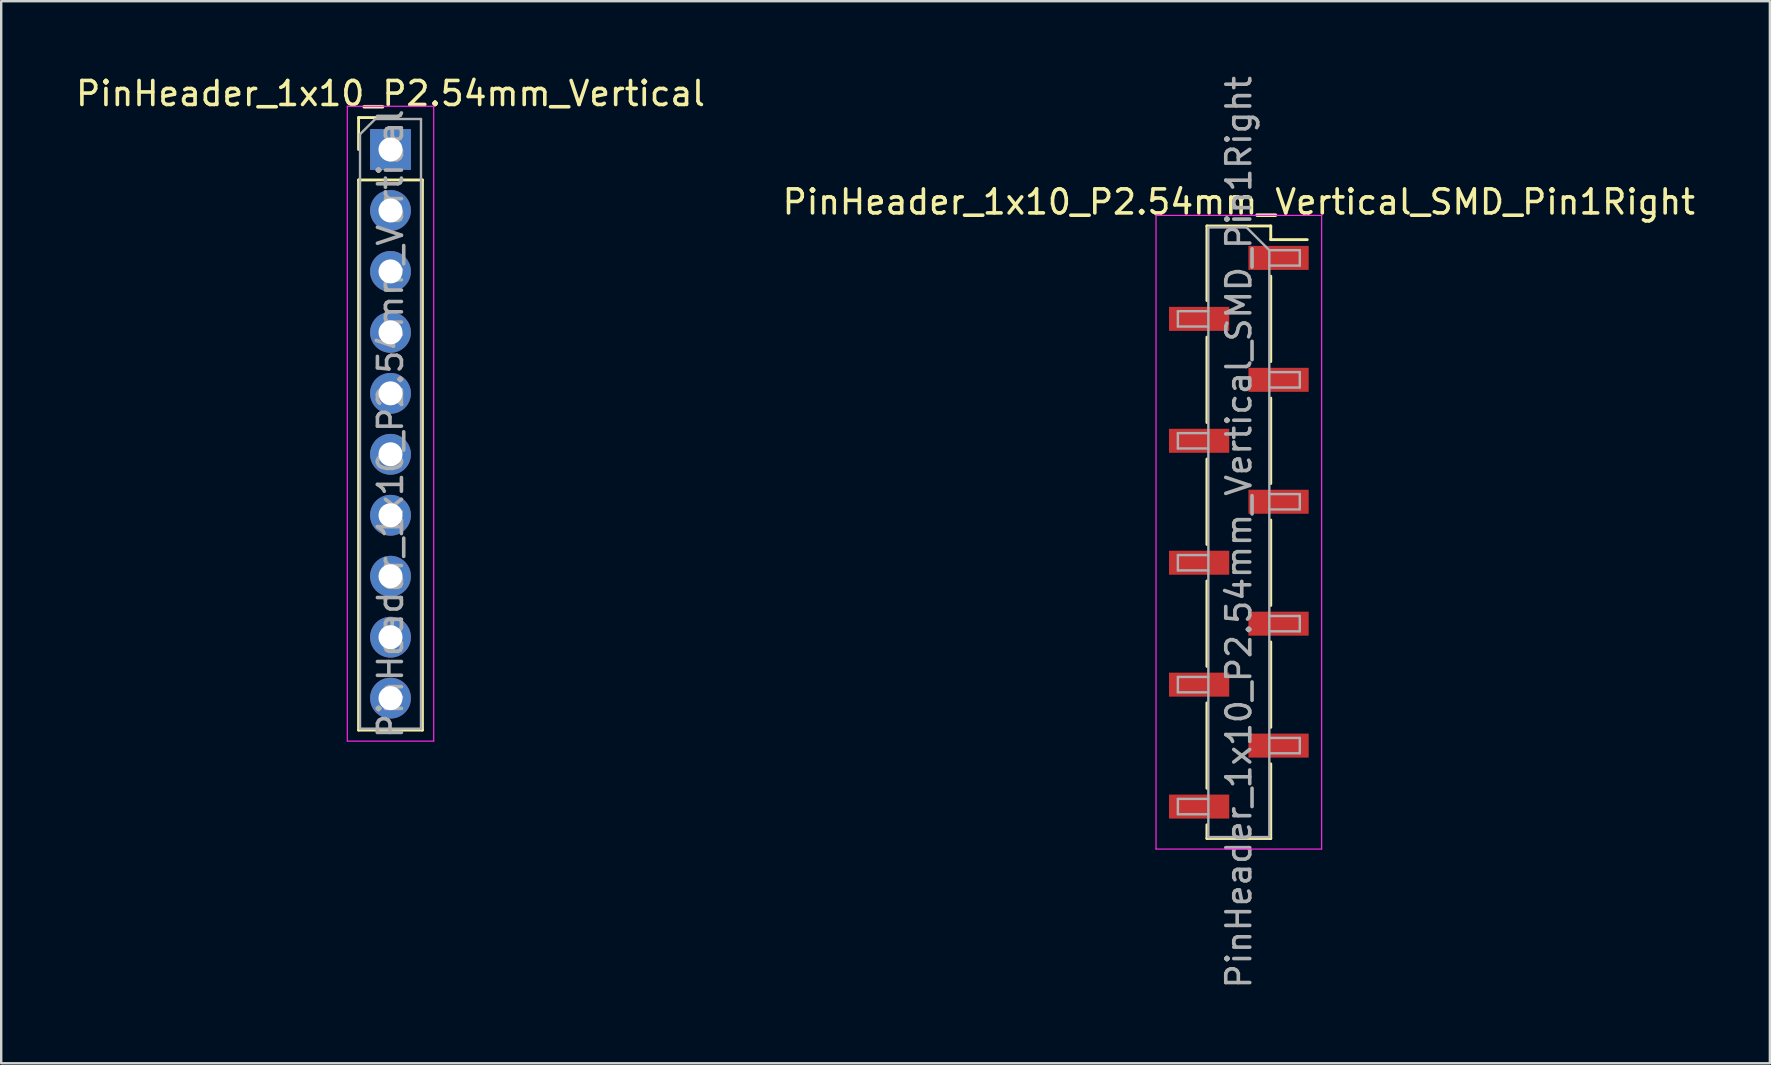
<source format=kicad_pcb>
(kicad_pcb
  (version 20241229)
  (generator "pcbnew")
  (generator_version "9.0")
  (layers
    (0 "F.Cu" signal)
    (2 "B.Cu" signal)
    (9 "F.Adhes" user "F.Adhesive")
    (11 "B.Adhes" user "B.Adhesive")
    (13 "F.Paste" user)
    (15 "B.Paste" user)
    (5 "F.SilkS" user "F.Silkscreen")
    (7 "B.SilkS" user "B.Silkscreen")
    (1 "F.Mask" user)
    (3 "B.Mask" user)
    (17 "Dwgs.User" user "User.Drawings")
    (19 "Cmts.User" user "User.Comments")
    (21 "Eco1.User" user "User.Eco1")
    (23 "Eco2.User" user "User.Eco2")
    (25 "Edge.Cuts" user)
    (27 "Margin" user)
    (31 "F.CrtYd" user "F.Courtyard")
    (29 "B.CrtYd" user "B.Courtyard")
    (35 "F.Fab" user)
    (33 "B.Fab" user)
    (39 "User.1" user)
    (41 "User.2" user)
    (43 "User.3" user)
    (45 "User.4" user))
  (footprint "PinHeader_1x10_P2.54mm_Vertical_SMD_Pin1Right"
    (layer "F.Cu")
    (at 48.565 19.125)
    (property "Reference" "PinHeader_1x10_P2.54mm_Vertical_SMD_Pin1Right" (at 0 -13.76 0) (layer "F.SilkS") (effects (font (size 1 1) (thickness 0.15))))
    (attr smd)
    (fp_line (start -1.33 -12.76) (end -1.33 -9.65) (stroke (width 0.12) (type solid)) (layer "F.SilkS"))
    (fp_line (start -1.33 -12.76) (end 1.33 -12.76) (stroke (width 0.12) (type solid)) (layer "F.SilkS"))
    (fp_line (start -1.33 -8.13) (end -1.33 -4.57) (stroke (width 0.12) (type solid)) (layer "F.SilkS"))
    (fp_line (start -1.33 -3.05) (end -1.33 0.51) (stroke (width 0.12) (type solid)) (layer "F.SilkS"))
    (fp_line (start -1.33 2.03) (end -1.33 5.59) (stroke (width 0.12) (type solid)) (layer "F.SilkS"))
    (fp_line (start -1.33 7.11) (end -1.33 10.67) (stroke (width 0.12) (type solid)) (layer "F.SilkS"))
    (fp_line (start -1.33 12.19) (end -1.33 12.76) (stroke (width 0.12) (type solid)) (layer "F.SilkS"))
    (fp_line (start -1.33 12.76) (end 1.33 12.76) (stroke (width 0.12) (type solid)) (layer "F.SilkS"))
    (fp_line (start 1.33 -12.76) (end 1.33 -12.19) (stroke (width 0.12) (type solid)) (layer "F.SilkS"))
    (fp_line (start 1.33 -12.19) (end 2.85 -12.19) (stroke (width 0.12) (type solid)) (layer "F.SilkS"))
    (fp_line (start 1.33 -10.67) (end 1.33 -7.11) (stroke (width 0.12) (type solid)) (layer "F.SilkS"))
    (fp_line (start 1.33 -5.59) (end 1.33 -2.03) (stroke (width 0.12) (type solid)) (layer "F.SilkS"))
    (fp_line (start 1.33 -0.51) (end 1.33 3.05) (stroke (width 0.12) (type solid)) (layer "F.SilkS"))
    (fp_line (start 1.33 4.57) (end 1.33 8.13) (stroke (width 0.12) (type solid)) (layer "F.SilkS"))
    (fp_line (start 1.33 9.65) (end 1.33 12.76) (stroke (width 0.12) (type solid)) (layer "F.SilkS"))
    (fp_line (start -3.45 -13.2) (end -3.45 13.2) (stroke (width 0.05) (type solid)) (layer "F.CrtYd"))
    (fp_line (start -3.45 13.2) (end 3.45 13.2) (stroke (width 0.05) (type solid)) (layer "F.CrtYd"))
    (fp_line (start 3.45 -13.2) (end -3.45 -13.2) (stroke (width 0.05) (type solid)) (layer "F.CrtYd"))
    (fp_line (start 3.45 13.2) (end 3.45 -13.2) (stroke (width 0.05) (type solid)) (layer "F.CrtYd"))
    (fp_line (start -2.54 -9.21) (end -2.54 -8.57) (stroke (width 0.1) (type solid)) (layer "F.Fab"))
    (fp_line (start -2.54 -8.57) (end -1.27 -8.57) (stroke (width 0.1) (type solid)) (layer "F.Fab"))
    (fp_line (start -2.54 -4.13) (end -2.54 -3.49) (stroke (width 0.1) (type solid)) (layer "F.Fab"))
    (fp_line (start -2.54 -3.49) (end -1.27 -3.49) (stroke (width 0.1) (type solid)) (layer "F.Fab"))
    (fp_line (start -2.54 0.95) (end -2.54 1.59) (stroke (width 0.1) (type solid)) (layer "F.Fab"))
    (fp_line (start -2.54 1.59) (end -1.27 1.59) (stroke (width 0.1) (type solid)) (layer "F.Fab"))
    (fp_line (start -2.54 6.03) (end -2.54 6.67) (stroke (width 0.1) (type solid)) (layer "F.Fab"))
    (fp_line (start -2.54 6.67) (end -1.27 6.67) (stroke (width 0.1) (type solid)) (layer "F.Fab"))
    (fp_line (start -2.54 11.11) (end -2.54 11.75) (stroke (width 0.1) (type solid)) (layer "F.Fab"))
    (fp_line (start -2.54 11.75) (end -1.27 11.75) (stroke (width 0.1) (type solid)) (layer "F.Fab"))
    (fp_line (start -1.27 -12.7) (end -1.27 12.7) (stroke (width 0.1) (type solid)) (layer "F.Fab"))
    (fp_line (start -1.27 -12.7) (end 0.32 -12.7) (stroke (width 0.1) (type solid)) (layer "F.Fab"))
    (fp_line (start -1.27 -9.21) (end -2.54 -9.21) (stroke (width 0.1) (type solid)) (layer "F.Fab"))
    (fp_line (start -1.27 -4.13) (end -2.54 -4.13) (stroke (width 0.1) (type solid)) (layer "F.Fab"))
    (fp_line (start -1.27 0.95) (end -2.54 0.95) (stroke (width 0.1) (type solid)) (layer "F.Fab"))
    (fp_line (start -1.27 6.03) (end -2.54 6.03) (stroke (width 0.1) (type solid)) (layer "F.Fab"))
    (fp_line (start -1.27 11.11) (end -2.54 11.11) (stroke (width 0.1) (type solid)) (layer "F.Fab"))
    (fp_line (start 1.27 -11.75) (end 0.32 -12.7) (stroke (width 0.1) (type solid)) (layer "F.Fab"))
    (fp_line (start 1.27 -11.75) (end 2.54 -11.75) (stroke (width 0.1) (type solid)) (layer "F.Fab"))
    (fp_line (start 1.27 -6.67) (end 2.54 -6.67) (stroke (width 0.1) (type solid)) (layer "F.Fab"))
    (fp_line (start 1.27 -1.59) (end 2.54 -1.59) (stroke (width 0.1) (type solid)) (layer "F.Fab"))
    (fp_line (start 1.27 3.49) (end 2.54 3.49) (stroke (width 0.1) (type solid)) (layer "F.Fab"))
    (fp_line (start 1.27 8.57) (end 2.54 8.57) (stroke (width 0.1) (type solid)) (layer "F.Fab"))
    (fp_line (start 1.27 12.7) (end -1.27 12.7) (stroke (width 0.1) (type solid)) (layer "F.Fab"))
    (fp_line (start 1.27 12.7) (end 1.27 -11.75) (stroke (width 0.1) (type solid)) (layer "F.Fab"))
    (fp_line (start 2.54 -11.75) (end 2.54 -11.11) (stroke (width 0.1) (type solid)) (layer "F.Fab"))
    (fp_line (start 2.54 -11.11) (end 1.27 -11.11) (stroke (width 0.1) (type solid)) (layer "F.Fab"))
    (fp_line (start 2.54 -6.67) (end 2.54 -6.03) (stroke (width 0.1) (type solid)) (layer "F.Fab"))
    (fp_line (start 2.54 -6.03) (end 1.27 -6.03) (stroke (width 0.1) (type solid)) (layer "F.Fab"))
    (fp_line (start 2.54 -1.59) (end 2.54 -0.95) (stroke (width 0.1) (type solid)) (layer "F.Fab"))
    (fp_line (start 2.54 -0.95) (end 1.27 -0.95) (stroke (width 0.1) (type solid)) (layer "F.Fab"))
    (fp_line (start 2.54 3.49) (end 2.54 4.13) (stroke (width 0.1) (type solid)) (layer "F.Fab"))
    (fp_line (start 2.54 4.13) (end 1.27 4.13) (stroke (width 0.1) (type solid)) (layer "F.Fab"))
    (fp_line (start 2.54 8.57) (end 2.54 9.21) (stroke (width 0.1) (type solid)) (layer "F.Fab"))
    (fp_line (start 2.54 9.21) (end 1.27 9.21) (stroke (width 0.1) (type solid)) (layer "F.Fab"))
    (fp_text user "${REFERENCE}" (at 0 0 90) (layer "F.Fab") (effects (font (size 1 1) (thickness 0.15))))
    (pad "1" smd rect (at 1.655 -11.43) (size 2.51 1) (layers "F.Cu" "F.Mask" "F.Paste"))
    (pad "2" smd rect (at -1.655 -8.89) (size 2.51 1) (layers "F.Cu" "F.Mask" "F.Paste"))
    (pad "3" smd rect (at 1.655 -6.35) (size 2.51 1) (layers "F.Cu" "F.Mask" "F.Paste"))
    (pad "4" smd rect (at -1.655 -3.81) (size 2.51 1) (layers "F.Cu" "F.Mask" "F.Paste"))
    (pad "5" smd rect (at 1.655 -1.27) (size 2.51 1) (layers "F.Cu" "F.Mask" "F.Paste"))
    (pad "6" smd rect (at -1.655 1.27) (size 2.51 1) (layers "F.Cu" "F.Mask" "F.Paste"))
    (pad "7" smd rect (at 1.655 3.81) (size 2.51 1) (layers "F.Cu" "F.Mask" "F.Paste"))
    (pad "8" smd rect (at -1.655 6.35) (size 2.51 1) (layers "F.Cu" "F.Mask" "F.Paste"))
    (pad "9" smd rect (at 1.655 8.89) (size 2.51 1) (layers "F.Cu" "F.Mask" "F.Paste"))
    (pad "10" smd rect (at -1.655 11.43) (size 2.51 1) (layers "F.Cu" "F.Mask" "F.Paste")))
  (footprint "PinHeader_1x10_P2.54mm_Vertical"
    (layer "F.Cu")
    (at 13.22 3.178)
    (property "Reference" "PinHeader_1x10_P2.54mm_Vertical" (at 0 -2.33 0) (layer "F.SilkS") (effects (font (size 1 1) (thickness 0.15))))
    (attr through_hole)
    (fp_line (start -1.33 -1.33) (end 0 -1.33) (stroke (width 0.12) (type solid)) (layer "F.SilkS"))
    (fp_line (start -1.33 0) (end -1.33 -1.33) (stroke (width 0.12) (type solid)) (layer "F.SilkS"))
    (fp_line (start -1.33 1.27) (end -1.33 24.19) (stroke (width 0.12) (type solid)) (layer "F.SilkS"))
    (fp_line (start -1.33 1.27) (end 1.33 1.27) (stroke (width 0.12) (type solid)) (layer "F.SilkS"))
    (fp_line (start -1.33 24.19) (end 1.33 24.19) (stroke (width 0.12) (type solid)) (layer "F.SilkS"))
    (fp_line (start 1.33 1.27) (end 1.33 24.19) (stroke (width 0.12) (type solid)) (layer "F.SilkS"))
    (fp_line (start -1.8 -1.8) (end -1.8 24.65) (stroke (width 0.05) (type solid)) (layer "F.CrtYd"))
    (fp_line (start -1.8 24.65) (end 1.8 24.65) (stroke (width 0.05) (type solid)) (layer "F.CrtYd"))
    (fp_line (start 1.8 -1.8) (end -1.8 -1.8) (stroke (width 0.05) (type solid)) (layer "F.CrtYd"))
    (fp_line (start 1.8 24.65) (end 1.8 -1.8) (stroke (width 0.05) (type solid)) (layer "F.CrtYd"))
    (fp_line (start -1.27 -0.635) (end -0.635 -1.27) (stroke (width 0.1) (type solid)) (layer "F.Fab"))
    (fp_line (start -1.27 24.13) (end -1.27 -0.635) (stroke (width 0.1) (type solid)) (layer "F.Fab"))
    (fp_line (start -0.635 -1.27) (end 1.27 -1.27) (stroke (width 0.1) (type solid)) (layer "F.Fab"))
    (fp_line (start 1.27 -1.27) (end 1.27 24.13) (stroke (width 0.1) (type solid)) (layer "F.Fab"))
    (fp_line (start 1.27 24.13) (end -1.27 24.13) (stroke (width 0.1) (type solid)) (layer "F.Fab"))
    (fp_text user "${REFERENCE}" (at 0 11.43 90) (layer "F.Fab") (effects (font (size 1 1) (thickness 0.15))))
    (pad "1" thru_hole rect (at 0 0) (size 1.7 1.7) (drill 1) (layers "*.Cu" "*.Mask"))
    (pad "2" thru_hole oval (at 0 2.54) (size 1.7 1.7) (drill 1) (layers "*.Cu" "*.Mask"))
    (pad "3" thru_hole oval (at 0 5.08) (size 1.7 1.7) (drill 1) (layers "*.Cu" "*.Mask"))
    (pad "4" thru_hole oval (at 0 7.62) (size 1.7 1.7) (drill 1) (layers "*.Cu" "*.Mask"))
    (pad "5" thru_hole oval (at 0 10.16) (size 1.7 1.7) (drill 1) (layers "*.Cu" "*.Mask"))
    (pad "6" thru_hole oval (at 0 12.7) (size 1.7 1.7) (drill 1) (layers "*.Cu" "*.Mask"))
    (pad "7" thru_hole oval (at 0 15.24) (size 1.7 1.7) (drill 1) (layers "*.Cu" "*.Mask"))
    (pad "8" thru_hole oval (at 0 17.78) (size 1.7 1.7) (drill 1) (layers "*.Cu" "*.Mask"))
    (pad "9" thru_hole oval (at 0 20.32) (size 1.7 1.7) (drill 1) (layers "*.Cu" "*.Mask"))
    (pad "10" thru_hole oval (at 0 22.86) (size 1.7 1.7) (drill 1) (layers "*.Cu" "*.Mask")))
  (gr_rect
    (start -3 -3)
    (end 70.69 41.25)
    (stroke (width 0.1) (type default))
    (fill no)
    (layer "Edge.Cuts")))
</source>
